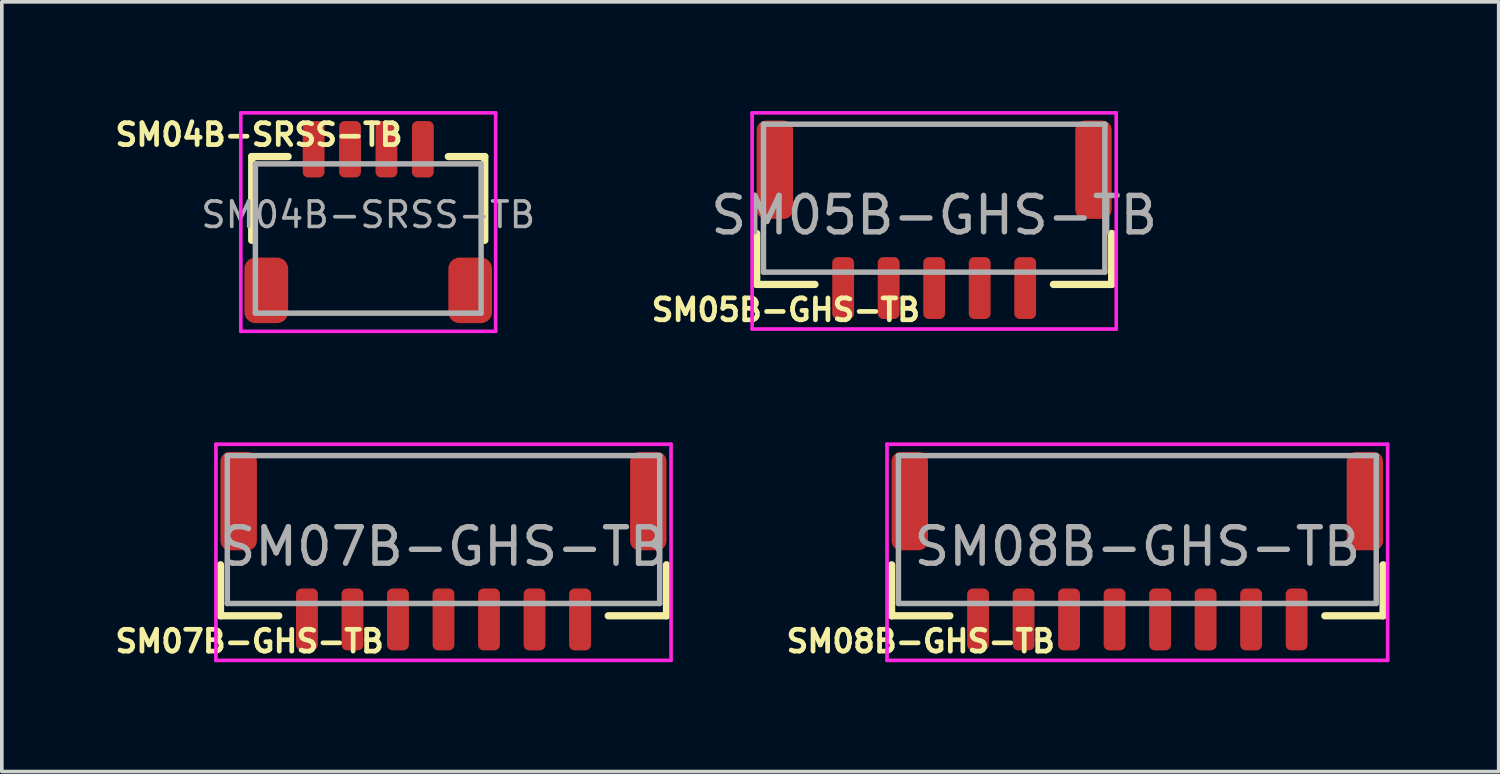
<source format=kicad_pcb>
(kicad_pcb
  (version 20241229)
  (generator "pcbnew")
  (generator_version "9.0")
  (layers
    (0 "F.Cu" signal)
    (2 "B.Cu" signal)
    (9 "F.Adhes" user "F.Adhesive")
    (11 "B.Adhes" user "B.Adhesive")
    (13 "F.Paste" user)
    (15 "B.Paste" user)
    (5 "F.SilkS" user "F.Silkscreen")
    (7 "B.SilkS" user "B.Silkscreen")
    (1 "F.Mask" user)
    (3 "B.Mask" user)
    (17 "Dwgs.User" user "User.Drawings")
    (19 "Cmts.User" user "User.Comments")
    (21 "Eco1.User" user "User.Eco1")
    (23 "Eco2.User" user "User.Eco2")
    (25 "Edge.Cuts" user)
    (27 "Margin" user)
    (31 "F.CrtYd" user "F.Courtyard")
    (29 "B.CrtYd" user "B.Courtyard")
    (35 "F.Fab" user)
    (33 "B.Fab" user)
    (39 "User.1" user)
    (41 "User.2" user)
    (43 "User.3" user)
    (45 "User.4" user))
  (footprint "SM05B-GHS-TB"
    (layer "F.Cu")
    (at 22.608 2.862)
    (property "Reference" "SM05B-GHS-TB" (at -4.075 2.6 0) (layer "F.SilkS") (effects (font (size 0.6 0.6) (thickness 0.13))))
    (property "Value" "${VALUE}" (at 0 -2.812 0) (layer "F.Fab") (hide yes) (effects (font (size 0.5 0.5) (thickness 0.07))))
    (attr through_hole)
    (fp_line (start -4.875 0.5) (end -4.875 1.9) (stroke (width 0.2) (type solid)) (layer "F.SilkS"))
    (fp_line (start -4.875 1.9) (end -3.275 1.9) (stroke (width 0.2) (type solid)) (layer "F.SilkS"))
    (fp_line (start 4.875 0.5) (end 4.875 1.9) (stroke (width 0.2) (type solid)) (layer "F.SilkS"))
    (fp_line (start 4.875 1.9) (end 3.275 1.9) (stroke (width 0.2) (type solid)) (layer "F.SilkS"))
    (fp_line (start -5 -2.812) (end -5 3.125) (stroke (width 0.1) (type solid)) (layer "F.CrtYd"))
    (fp_line (start -5 3.125) (end 5 3.125) (stroke (width 0.1) (type solid)) (layer "F.CrtYd"))
    (fp_line (start 5 -2.812) (end -5 -2.812) (stroke (width 0.1) (type solid)) (layer "F.CrtYd"))
    (fp_line (start 5 3.125) (end 5 -2.812) (stroke (width 0.1) (type solid)) (layer "F.CrtYd"))
    (fp_line (start -4.688 -2.5) (end -4.688 1.562) (stroke (width 0.15) (type solid)) (layer "F.Fab"))
    (fp_line (start -4.688 1.562) (end 4.688 1.562) (stroke (width 0.15) (type solid)) (layer "F.Fab"))
    (fp_line (start 4.688 -2.5) (end -4.688 -2.5) (stroke (width 0.15) (type solid)) (layer "F.Fab"))
    (fp_line (start 4.688 1.562) (end 4.688 -2.5) (stroke (width 0.15) (type solid)) (layer "F.Fab"))
    (fp_text user "${REFERENCE}" (at 0 0 0) (layer "F.Fab") (effects (font (size 1 1) (thickness 0.15))))
    (pad "0" smd roundrect (at -4.375 -1.25 90) (size 2.7 1) (layers "F.Cu" "F.Mask" "F.Paste") (roundrect_rratio 0.25))
    (pad "0" smd roundrect (at 4.375 -1.25 90) (size 2.7 1) (layers "F.Cu" "F.Mask" "F.Paste") (roundrect_rratio 0.25))
    (pad "1" smd roundrect (at -2.5 2 90) (size 1.7 0.6) (layers "F.Cu" "F.Mask" "F.Paste") (roundrect_rratio 0.25))
    (pad "2" smd roundrect (at -1.25 2 90) (size 1.7 0.6) (layers "F.Cu" "F.Mask" "F.Paste") (roundrect_rratio 0.25))
    (pad "3" smd roundrect (at 0 2 90) (size 1.7 0.6) (layers "F.Cu" "F.Mask" "F.Paste") (roundrect_rratio 0.25))
    (pad "4" smd roundrect (at 1.25 2 90) (size 1.7 0.6) (layers "F.Cu" "F.Mask" "F.Paste") (roundrect_rratio 0.25))
    (pad "5" smd roundrect (at 2.5 2 90) (size 1.7 0.6) (layers "F.Cu" "F.Mask" "F.Paste") (roundrect_rratio 0.25)))
  (footprint "SM08B-GHS-TB"
    (layer "F.Cu")
    (at 28.188 11.963)
    (property "Reference" "SM08B-GHS-TB" (at -5.95 2.6 0) (layer "F.SilkS") (effects (font (size 0.6 0.6) (thickness 0.13))))
    (property "Value" "${VALUE}" (at 0 -2.812 0) (layer "F.Fab") (hide yes) (effects (font (size 0.5 0.5) (thickness 0.07))))
    (attr through_hole)
    (fp_line (start -6.75 0.5) (end -6.75 1.9) (stroke (width 0.2) (type solid)) (layer "F.SilkS"))
    (fp_line (start -6.75 1.9) (end -5.15 1.9) (stroke (width 0.2) (type solid)) (layer "F.SilkS"))
    (fp_line (start 6.75 0.5) (end 6.75 1.9) (stroke (width 0.2) (type solid)) (layer "F.SilkS"))
    (fp_line (start 6.75 1.9) (end 5.15 1.9) (stroke (width 0.2) (type solid)) (layer "F.SilkS"))
    (fp_line (start -6.875 -2.812) (end -6.875 3.125) (stroke (width 0.1) (type solid)) (layer "F.CrtYd"))
    (fp_line (start -6.875 3.125) (end 6.875 3.125) (stroke (width 0.1) (type solid)) (layer "F.CrtYd"))
    (fp_line (start 6.875 -2.812) (end -6.875 -2.812) (stroke (width 0.1) (type solid)) (layer "F.CrtYd"))
    (fp_line (start 6.875 3.125) (end 6.875 -2.812) (stroke (width 0.1) (type solid)) (layer "F.CrtYd"))
    (fp_line (start -6.562 -2.5) (end -6.562 1.562) (stroke (width 0.15) (type solid)) (layer "F.Fab"))
    (fp_line (start -6.562 1.562) (end 6.562 1.562) (stroke (width 0.15) (type solid)) (layer "F.Fab"))
    (fp_line (start 6.562 -2.5) (end -6.562 -2.5) (stroke (width 0.15) (type solid)) (layer "F.Fab"))
    (fp_line (start 6.562 1.562) (end 6.562 -2.5) (stroke (width 0.15) (type solid)) (layer "F.Fab"))
    (fp_text user "${REFERENCE}" (at 0 0 0) (layer "F.Fab") (effects (font (size 1 1) (thickness 0.15))))
    (pad "0" smd roundrect (at -6.25 -1.25 90) (size 2.7 1) (layers "F.Cu" "F.Mask" "F.Paste") (roundrect_rratio 0.25))
    (pad "0" smd roundrect (at 6.25 -1.25 90) (size 2.7 1) (layers "F.Cu" "F.Mask" "F.Paste") (roundrect_rratio 0.25))
    (pad "1" smd roundrect (at 4.375 2 90) (size 1.7 0.6) (layers "F.Cu" "F.Mask" "F.Paste") (roundrect_rratio 0.25))
    (pad "2" smd roundrect (at 3.125 2 90) (size 1.7 0.6) (layers "F.Cu" "F.Mask" "F.Paste") (roundrect_rratio 0.25))
    (pad "3" smd roundrect (at 1.875 2 90) (size 1.7 0.6) (layers "F.Cu" "F.Mask" "F.Paste") (roundrect_rratio 0.25))
    (pad "4" smd roundrect (at 0.625 2 90) (size 1.7 0.6) (layers "F.Cu" "F.Mask" "F.Paste") (roundrect_rratio 0.25))
    (pad "5" smd roundrect (at -0.625 2 90) (size 1.7 0.6) (layers "F.Cu" "F.Mask" "F.Paste") (roundrect_rratio 0.25))
    (pad "6" smd roundrect (at -1.875 2 90) (size 1.7 0.6) (layers "F.Cu" "F.Mask" "F.Paste") (roundrect_rratio 0.25))
    (pad "7" smd roundrect (at -3.125 2 90) (size 1.7 0.6) (layers "F.Cu" "F.Mask" "F.Paste") (roundrect_rratio 0.25))
    (pad "8" smd roundrect (at -4.375 2 90) (size 1.7 0.6) (layers "F.Cu" "F.Mask" "F.Paste") (roundrect_rratio 0.25)))
  (footprint "SM07B-GHS-TB"
    (layer "F.Cu")
    (at 9.131 11.963)
    (property "Reference" "SM07B-GHS-TB" (at -5.325 2.6 0) (layer "F.SilkS") (effects (font (size 0.6 0.6) (thickness 0.13))))
    (property "Value" "${VALUE}" (at 0 -2.812 0) (layer "F.Fab") (hide yes) (effects (font (size 0.5 0.5) (thickness 0.07))))
    (attr through_hole)
    (fp_line (start -6.125 0.5) (end -6.125 1.9) (stroke (width 0.2) (type solid)) (layer "F.SilkS"))
    (fp_line (start -6.125 1.9) (end -4.525 1.9) (stroke (width 0.2) (type solid)) (layer "F.SilkS"))
    (fp_line (start 6.125 0.5) (end 6.125 1.9) (stroke (width 0.2) (type solid)) (layer "F.SilkS"))
    (fp_line (start 6.125 1.9) (end 4.525 1.9) (stroke (width 0.2) (type solid)) (layer "F.SilkS"))
    (fp_line (start -6.25 -2.812) (end -6.25 3.125) (stroke (width 0.1) (type solid)) (layer "F.CrtYd"))
    (fp_line (start -6.25 3.125) (end 6.25 3.125) (stroke (width 0.1) (type solid)) (layer "F.CrtYd"))
    (fp_line (start 6.25 -2.812) (end -6.25 -2.812) (stroke (width 0.1) (type solid)) (layer "F.CrtYd"))
    (fp_line (start 6.25 3.125) (end 6.25 -2.812) (stroke (width 0.1) (type solid)) (layer "F.CrtYd"))
    (fp_line (start -5.938 -2.5) (end -5.938 1.562) (stroke (width 0.15) (type solid)) (layer "F.Fab"))
    (fp_line (start -5.938 1.562) (end 5.938 1.562) (stroke (width 0.15) (type solid)) (layer "F.Fab"))
    (fp_line (start 5.938 -2.5) (end -5.938 -2.5) (stroke (width 0.15) (type solid)) (layer "F.Fab"))
    (fp_line (start 5.938 1.562) (end 5.938 -2.5) (stroke (width 0.15) (type solid)) (layer "F.Fab"))
    (fp_text user "${REFERENCE}" (at 0 0 0) (layer "F.Fab") (effects (font (size 1 1) (thickness 0.15))))
    (pad "0" smd roundrect (at -5.625 -1.25 90) (size 2.7 1) (layers "F.Cu" "F.Mask" "F.Paste") (roundrect_rratio 0.25))
    (pad "0" smd roundrect (at 5.625 -1.25 90) (size 2.7 1) (layers "F.Cu" "F.Mask" "F.Paste") (roundrect_rratio 0.25))
    (pad "1" smd roundrect (at -3.75 2 90) (size 1.7 0.6) (layers "F.Cu" "F.Mask" "F.Paste") (roundrect_rratio 0.25))
    (pad "2" smd roundrect (at -2.5 2 90) (size 1.7 0.6) (layers "F.Cu" "F.Mask" "F.Paste") (roundrect_rratio 0.25))
    (pad "3" smd roundrect (at -1.25 2 90) (size 1.7 0.6) (layers "F.Cu" "F.Mask" "F.Paste") (roundrect_rratio 0.25))
    (pad "4" smd roundrect (at 0 2 90) (size 1.7 0.6) (layers "F.Cu" "F.Mask" "F.Paste") (roundrect_rratio 0.25))
    (pad "5" smd roundrect (at 1.25 2 90) (size 1.7 0.6) (layers "F.Cu" "F.Mask" "F.Paste") (roundrect_rratio 0.25))
    (pad "6" smd roundrect (at 2.5 2 90) (size 1.7 0.6) (layers "F.Cu" "F.Mask" "F.Paste") (roundrect_rratio 0.25))
    (pad "7" smd roundrect (at 3.75 2 90) (size 1.7 0.6) (layers "F.Cu" "F.Mask" "F.Paste") (roundrect_rratio 0.25)))
  (footprint "SM04B-SRSS-TB"
    (layer "F.Cu")
    (at 7.064 2.85)
    (property "Reference" "SM04B-SRSS-TB" (at -3 -2.2 0) (layer "F.SilkS") (effects (font (size 0.6 0.6) (thickness 0.13))))
    (property "Value" "${VALUE}" (at 0 1 0) (layer "F.Fab") (hide yes) (effects (font (size 0.3 0.3) (thickness 0.04))))
    (attr through_hole)
    (fp_line (start -3.2 -1.6) (end -2.2 -1.6) (stroke (width 0.2) (type solid)) (layer "F.SilkS"))
    (fp_line (start -3.2 0.7) (end -3.2 -1.6) (stroke (width 0.2) (type solid)) (layer "F.SilkS"))
    (fp_line (start 2.2 -1.6) (end 3.2 -1.6) (stroke (width 0.2) (type solid)) (layer "F.SilkS"))
    (fp_line (start 3.2 -1.6) (end 3.2 0.7) (stroke (width 0.2) (type solid)) (layer "F.SilkS"))
    (fp_line (start -3.5 -2.8) (end -3.5 3.2) (stroke (width 0.1) (type solid)) (layer "F.CrtYd"))
    (fp_line (start -3.5 3.2) (end 3.5 3.2) (stroke (width 0.1) (type solid)) (layer "F.CrtYd"))
    (fp_line (start 3.5 -2.8) (end -3.5 -2.8) (stroke (width 0.1) (type solid)) (layer "F.CrtYd"))
    (fp_line (start 3.5 3.2) (end 3.5 -2.8) (stroke (width 0.1) (type solid)) (layer "F.CrtYd"))
    (fp_line (start -3.1 -1.4) (end -3.1 2.7) (stroke (width 0.15) (type solid)) (layer "F.Fab"))
    (fp_line (start -3.1 2.7) (end 3.1 2.7) (stroke (width 0.15) (type solid)) (layer "F.Fab"))
    (fp_line (start 3.1 -1.4) (end -3.1 -1.4) (stroke (width 0.15) (type solid)) (layer "F.Fab"))
    (fp_line (start 3.1 2.7) (end 3.1 -1.4) (stroke (width 0.15) (type solid)) (layer "F.Fab"))
    (fp_text user "${REFERENCE}" (at 0 0 0) (layer "F.Fab") (effects (font (size 0.7 0.7) (thickness 0.1))))
    (pad "0" smd roundrect (at -2.8 2.075 180) (size 1.2 1.8) (layers "F.Cu" "F.Mask" "F.Paste") (roundrect_rratio 0.25))
    (pad "0" smd roundrect (at 2.8 2.075 180) (size 1.2 1.8) (layers "F.Cu" "F.Mask" "F.Paste") (roundrect_rratio 0.25))
    (pad "1" smd roundrect (at -1.5 -1.8) (size 0.6 1.55) (layers "F.Cu" "F.Mask" "F.Paste") (roundrect_rratio 0.25))
    (pad "2" smd roundrect (at -0.5 -1.8) (size 0.6 1.55) (layers "F.Cu" "F.Mask" "F.Paste") (roundrect_rratio 0.25))
    (pad "3" smd roundrect (at 0.5 -1.8) (size 0.6 1.55) (layers "F.Cu" "F.Mask" "F.Paste") (roundrect_rratio 0.25))
    (pad "4" smd roundrect (at 1.5 -1.8) (size 0.6 1.55) (layers "F.Cu" "F.Mask" "F.Paste") (roundrect_rratio 0.25)))
  (gr_rect
    (start -3 -3)
    (end 38.113 18.142)
    (stroke (width 0.1) (type default))
    (fill no)
    (layer "Edge.Cuts")))
</source>
